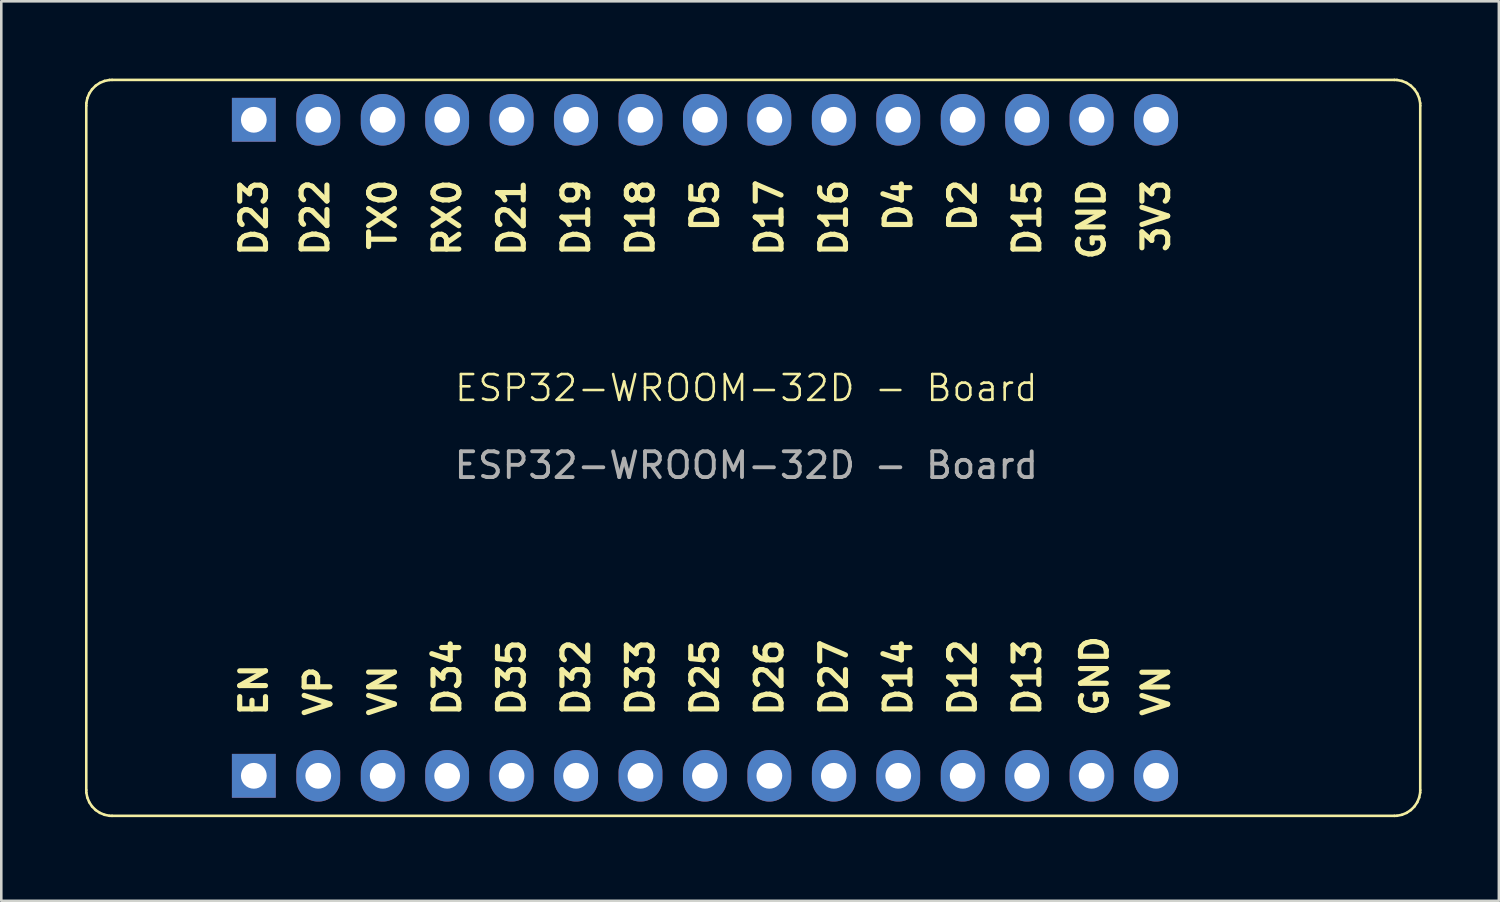
<source format=kicad_pcb>
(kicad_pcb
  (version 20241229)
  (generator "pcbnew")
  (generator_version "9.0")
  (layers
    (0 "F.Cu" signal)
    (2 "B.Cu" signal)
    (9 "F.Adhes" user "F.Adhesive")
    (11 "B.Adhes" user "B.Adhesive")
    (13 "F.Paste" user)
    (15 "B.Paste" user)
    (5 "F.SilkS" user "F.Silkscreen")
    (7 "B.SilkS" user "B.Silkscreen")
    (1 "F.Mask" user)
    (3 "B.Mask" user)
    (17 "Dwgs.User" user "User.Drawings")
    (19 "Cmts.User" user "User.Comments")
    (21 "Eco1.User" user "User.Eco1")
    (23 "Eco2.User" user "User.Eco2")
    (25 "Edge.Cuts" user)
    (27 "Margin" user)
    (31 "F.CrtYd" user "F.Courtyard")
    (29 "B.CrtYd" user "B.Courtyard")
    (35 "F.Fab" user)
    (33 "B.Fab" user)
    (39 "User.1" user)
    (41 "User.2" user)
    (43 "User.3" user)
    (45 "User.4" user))
  (footprint "ESP32-WROOM-32D - Board"
    (layer "F.Cu")
    (at 0.25 28.647)
    (property "Reference" "ESP32-WROOM-32D - Board" (at 25.652 -16.644 0) (unlocked yes) (layer "F.SilkS") (effects (font (size 1 1) (thickness 0.1))))
    (attr through_hole)
    (fp_line (start 0.047 -27.597) (end 0.049 -27.695) (stroke (width 0.1) (type default)) (layer "F.SilkS"))
    (fp_line (start 0.047 -1.047) (end 0.047 -27.597) (stroke (width 0.1) (type default)) (layer "F.SilkS"))
    (fp_line (start 0.049 -27.695) (end 0.088 -27.888) (stroke (width 0.1) (type default)) (layer "F.SilkS"))
    (fp_line (start 0.049 -0.949) (end 0.047 -1.047) (stroke (width 0.1) (type default)) (layer "F.SilkS"))
    (fp_line (start 0.088 -27.888) (end 0.163 -28.07) (stroke (width 0.1) (type default)) (layer "F.SilkS"))
    (fp_line (start 0.088 -0.756) (end 0.049 -0.949) (stroke (width 0.1) (type default)) (layer "F.SilkS"))
    (fp_line (start 0.163 -28.07) (end 0.272 -28.233) (stroke (width 0.1) (type default)) (layer "F.SilkS"))
    (fp_line (start 0.163 -0.574) (end 0.088 -0.756) (stroke (width 0.1) (type default)) (layer "F.SilkS"))
    (fp_line (start 0.272 -28.233) (end 0.411 -28.372) (stroke (width 0.1) (type default)) (layer "F.SilkS"))
    (fp_line (start 0.272 -0.411) (end 0.163 -0.574) (stroke (width 0.1) (type default)) (layer "F.SilkS"))
    (fp_line (start 0.411 -28.372) (end 0.574 -28.481) (stroke (width 0.1) (type default)) (layer "F.SilkS"))
    (fp_line (start 0.411 -0.272) (end 0.272 -0.411) (stroke (width 0.1) (type default)) (layer "F.SilkS"))
    (fp_line (start 0.574 -28.481) (end 0.756 -28.557) (stroke (width 0.1) (type default)) (layer "F.SilkS"))
    (fp_line (start 0.574 -0.163) (end 0.411 -0.272) (stroke (width 0.1) (type default)) (layer "F.SilkS"))
    (fp_line (start 0.756 -28.557) (end 0.949 -28.595) (stroke (width 0.1) (type default)) (layer "F.SilkS"))
    (fp_line (start 0.756 -0.088) (end 0.574 -0.163) (stroke (width 0.1) (type default)) (layer "F.SilkS"))
    (fp_line (start 0.949 -28.595) (end 1.047 -28.597) (stroke (width 0.1) (type default)) (layer "F.SilkS"))
    (fp_line (start 0.949 -0.049) (end 0.756 -0.088) (stroke (width 0.1) (type default)) (layer "F.SilkS"))
    (fp_line (start 1.047 -28.597) (end 50.797 -28.597) (stroke (width 0.1) (type default)) (layer "F.SilkS"))
    (fp_line (start 1.047 -0.047) (end 0.949 -0.049) (stroke (width 0.1) (type default)) (layer "F.SilkS"))
    (fp_line (start 50.797 -28.597) (end 50.895 -28.595) (stroke (width 0.1) (type default)) (layer "F.SilkS"))
    (fp_line (start 50.797 -0.047) (end 1.047 -0.047) (stroke (width 0.1) (type default)) (layer "F.SilkS"))
    (fp_line (start 50.895 -28.595) (end 51.088 -28.556) (stroke (width 0.1) (type default)) (layer "F.SilkS"))
    (fp_line (start 50.895 -0.05) (end 50.797 -0.047) (stroke (width 0.1) (type default)) (layer "F.SilkS"))
    (fp_line (start 51.088 -28.556) (end 51.27 -28.481) (stroke (width 0.1) (type default)) (layer "F.SilkS"))
    (fp_line (start 51.088 -0.088) (end 50.895 -0.05) (stroke (width 0.1) (type default)) (layer "F.SilkS"))
    (fp_line (start 51.27 -28.481) (end 51.433 -28.372) (stroke (width 0.1) (type default)) (layer "F.SilkS"))
    (fp_line (start 51.27 -0.163) (end 51.088 -0.088) (stroke (width 0.1) (type default)) (layer "F.SilkS"))
    (fp_line (start 51.433 -28.372) (end 51.572 -28.233) (stroke (width 0.1) (type default)) (layer "F.SilkS"))
    (fp_line (start 51.433 -0.272) (end 51.27 -0.163) (stroke (width 0.1) (type default)) (layer "F.SilkS"))
    (fp_line (start 51.572 -28.233) (end 51.681 -28.07) (stroke (width 0.1) (type default)) (layer "F.SilkS"))
    (fp_line (start 51.572 -0.411) (end 51.433 -0.272) (stroke (width 0.1) (type default)) (layer "F.SilkS"))
    (fp_line (start 51.681 -28.07) (end 51.756 -27.888) (stroke (width 0.1) (type default)) (layer "F.SilkS"))
    (fp_line (start 51.681 -0.575) (end 51.572 -0.411) (stroke (width 0.1) (type default)) (layer "F.SilkS"))
    (fp_line (start 51.756 -27.888) (end 51.795 -27.695) (stroke (width 0.1) (type default)) (layer "F.SilkS"))
    (fp_line (start 51.756 -0.756) (end 51.681 -0.575) (stroke (width 0.1) (type default)) (layer "F.SilkS"))
    (fp_line (start 51.795 -27.695) (end 51.797 -27.597) (stroke (width 0.1) (type default)) (layer "F.SilkS"))
    (fp_line (start 51.795 -0.949) (end 51.756 -0.756) (stroke (width 0.1) (type default)) (layer "F.SilkS"))
    (fp_line (start 51.797 -27.597) (end 51.797 -1.047) (stroke (width 0.1) (type default)) (layer "F.SilkS"))
    (fp_line (start 51.797 -1.047) (end 51.795 -0.949) (stroke (width 0.1) (type default)) (layer "F.SilkS"))
    (fp_text user "GND" (at 39.047 -24.835 90) (unlocked yes) (layer "F.SilkS") (effects (font (size 1 1) (thickness 0.2) (bold yes)) (justify right)))
    (fp_text user "3V3" (at 41.547 -24.835 90) (unlocked yes) (layer "F.SilkS") (effects (font (size 1 1) (thickness 0.2) (bold yes)) (justify right)))
    (fp_text user "D15" (at 36.547 -24.835 90) (unlocked yes) (layer "F.SilkS") (effects (font (size 1 1) (thickness 0.2) (bold yes)) (justify right)))
    (fp_text user "D25" (at 24.047 -3.826 90) (unlocked yes) (layer "F.SilkS") (effects (font (size 1 1) (thickness 0.2) (bold yes)) (justify left)))
    (fp_text user "EN" (at 6.547 -3.826 90) (unlocked yes) (layer "F.SilkS") (effects (font (size 1 1) (thickness 0.2) (bold yes)) (justify left)))
    (fp_text user "D26" (at 26.547 -3.826 90) (unlocked yes) (layer "F.SilkS") (effects (font (size 1 1) (thickness 0.2) (bold yes)) (justify left)))
    (fp_text user "D14" (at 31.547 -3.826 90) (unlocked yes) (layer "F.SilkS") (effects (font (size 1 1) (thickness 0.2) (bold yes)) (justify left)))
    (fp_text user "D27" (at 29.047 -3.826 90) (unlocked yes) (layer "F.SilkS") (effects (font (size 1 1) (thickness 0.2) (bold yes)) (justify left)))
    (fp_text user "D22" (at 8.93 -24.841 90) (unlocked yes) (layer "F.SilkS") (effects (font (size 1 1) (thickness 0.2) (bold yes)) (justify right)))
    (fp_text user "RX0" (at 14.047 -24.835 90) (unlocked yes) (layer "F.SilkS") (effects (font (size 1 1) (thickness 0.2) (bold yes)) (justify right)))
    (fp_text user "GND" (at 39.164 -3.82 90) (unlocked yes) (layer "F.SilkS") (effects (font (size 1 1) (thickness 0.2) (bold yes)) (justify left)))
    (fp_text user "D33" (at 21.547 -3.826 90) (unlocked yes) (layer "F.SilkS") (effects (font (size 1 1) (thickness 0.2) (bold yes)) (justify left)))
    (fp_text user "D23" (at 6.547 -24.835 90) (unlocked yes) (layer "F.SilkS") (effects (font (size 1 1) (thickness 0.2) (bold yes)) (justify right)))
    (fp_text user "D35" (at 16.547 -3.826 90) (unlocked yes) (layer "F.SilkS") (effects (font (size 1 1) (thickness 0.2) (bold yes)) (justify left)))
    (fp_text user "D16" (at 29.047 -24.835 90) (unlocked yes) (layer "F.SilkS") (effects (font (size 1 1) (thickness 0.2) (bold yes)) (justify right)))
    (fp_text user "TX0" (at 11.547 -24.835 90) (unlocked yes) (layer "F.SilkS") (effects (font (size 1 1) (thickness 0.2) (bold yes)) (justify right)))
    (fp_text user "D34" (at 14.047 -3.826 90) (unlocked yes) (layer "F.SilkS") (effects (font (size 1 1) (thickness 0.2) (bold yes)) (justify left)))
    (fp_text user "VP" (at 9.047 -3.826 90) (unlocked yes) (layer "F.SilkS") (effects (font (size 1 1) (thickness 0.2) (bold yes)) (justify left)))
    (fp_text user "D32" (at 19.047 -3.826 90) (unlocked yes) (layer "F.SilkS") (effects (font (size 1 1) (thickness 0.2) (bold yes)) (justify left)))
    (fp_text user "D13" (at 36.547 -3.826 90) (unlocked yes) (layer "F.SilkS") (effects (font (size 1 1) (thickness 0.2) (bold yes)) (justify left)))
    (fp_text user "D4" (at 31.547 -24.835 90) (unlocked yes) (layer "F.SilkS") (effects (font (size 1 1) (thickness 0.2) (bold yes)) (justify right)))
    (fp_text user "D2" (at 34.047 -24.835 90) (unlocked yes) (layer "F.SilkS") (effects (font (size 1 1) (thickness 0.2) (bold yes)) (justify right)))
    (fp_text user "VN" (at 41.547 -3.82 90) (unlocked yes) (layer "F.SilkS") (effects (font (size 1 1) (thickness 0.2) (bold yes)) (justify left)))
    (fp_text user "D12" (at 34.047 -3.826 90) (unlocked yes) (layer "F.SilkS") (effects (font (size 1 1) (thickness 0.2) (bold yes)) (justify left)))
    (fp_text user "D5" (at 24.047 -24.835 90) (unlocked yes) (layer "F.SilkS") (effects (font (size 1 1) (thickness 0.2) (bold yes)) (justify right)))
    (fp_text user "D19" (at 19.047 -24.835 90) (unlocked yes) (layer "F.SilkS") (effects (font (size 1 1) (thickness 0.2) (bold yes)) (justify right)))
    (fp_text user "D21" (at 16.547 -24.835 90) (unlocked yes) (layer "F.SilkS") (effects (font (size 1 1) (thickness 0.2) (bold yes)) (justify right)))
    (fp_text user "D18" (at 21.547 -24.835 90) (unlocked yes) (layer "F.SilkS") (effects (font (size 1 1) (thickness 0.2) (bold yes)) (justify right)))
    (fp_text user "D17" (at 26.547 -24.835 90) (unlocked yes) (layer "F.SilkS") (effects (font (size 1 1) (thickness 0.2) (bold yes)) (justify right)))
    (fp_text user "VN" (at 11.547 -3.826 90) (unlocked yes) (layer "F.SilkS") (effects (font (size 1 1) (thickness 0.2) (bold yes)) (justify left)))
    (fp_text user "${REFERENCE}" (at 25.652 -13.644 0) (unlocked yes) (layer "F.Fab") (effects (font (size 1 1) (thickness 0.15))))
    (pad "1" thru_hole oval (at 41.547 -27.05) (size 1.7 2) (drill 1) (layers "*.Cu" "*.Mask"))
    (pad "2" thru_hole oval (at 39.047 -27.05) (size 1.7 2) (drill 1) (layers "*.Cu" "*.Mask"))
    (pad "3" thru_hole oval (at 36.547 -27.05) (size 1.7 2) (drill 1) (layers "*.Cu" "*.Mask"))
    (pad "4" thru_hole oval (at 34.047 -27.05) (size 1.7 2) (drill 1) (layers "*.Cu" "*.Mask"))
    (pad "5" thru_hole oval (at 31.547 -27.05) (size 1.7 2) (drill 1) (layers "*.Cu" "*.Mask"))
    (pad "6" thru_hole oval (at 29.047 -27.05) (size 1.7 2) (drill 1) (layers "*.Cu" "*.Mask"))
    (pad "7" thru_hole oval (at 26.547 -27.05) (size 1.7 2) (drill 1) (layers "*.Cu" "*.Mask"))
    (pad "8" thru_hole oval (at 24.047 -27.05) (size 1.7 2) (drill 1) (layers "*.Cu" "*.Mask"))
    (pad "9" thru_hole oval (at 21.547 -27.05) (size 1.7 2) (drill 1) (layers "*.Cu" "*.Mask"))
    (pad "10" thru_hole oval (at 19.047 -27.05) (size 1.7 2) (drill 1) (layers "*.Cu" "*.Mask"))
    (pad "11" thru_hole oval (at 16.547 -27.05) (size 1.7 2) (drill 1) (layers "*.Cu" "*.Mask"))
    (pad "12" thru_hole oval (at 14.047 -27.05) (size 1.7 2) (drill 1) (layers "*.Cu" "*.Mask"))
    (pad "13" thru_hole oval (at 11.547 -27.05) (size 1.7 2) (drill 1) (layers "*.Cu" "*.Mask"))
    (pad "14" thru_hole oval (at 9.047 -27.05) (size 1.7 2) (drill 1) (layers "*.Cu" "*.Mask"))
    (pad "15" thru_hole rect (at 6.547 -27.05) (size 1.7 1.7) (drill 1) (layers "*.Cu" "*.Mask"))
    (pad "16" thru_hole oval (at 41.547 -1.6) (size 1.7 2) (drill 1) (layers "*.Cu" "*.Mask"))
    (pad "17" thru_hole oval (at 39.047 -1.6) (size 1.7 2) (drill 1) (layers "*.Cu" "*.Mask"))
    (pad "18" thru_hole oval (at 36.547 -1.6) (size 1.7 2) (drill 1) (layers "*.Cu" "*.Mask"))
    (pad "19" thru_hole oval (at 34.047 -1.6) (size 1.7 2) (drill 1) (layers "*.Cu" "*.Mask"))
    (pad "20" thru_hole oval (at 31.547 -1.6) (size 1.7 2) (drill 1) (layers "*.Cu" "*.Mask"))
    (pad "21" thru_hole oval (at 29.047 -1.6) (size 1.7 2) (drill 1) (layers "*.Cu" "*.Mask"))
    (pad "22" thru_hole oval (at 26.547 -1.6) (size 1.7 2) (drill 1) (layers "*.Cu" "*.Mask"))
    (pad "23" thru_hole oval (at 24.047 -1.6) (size 1.7 2) (drill 1) (layers "*.Cu" "*.Mask"))
    (pad "24" thru_hole oval (at 21.547 -1.6) (size 1.7 2) (drill 1) (layers "*.Cu" "*.Mask"))
    (pad "25" thru_hole oval (at 19.047 -1.6) (size 1.7 2) (drill 1) (layers "*.Cu" "*.Mask"))
    (pad "26" thru_hole oval (at 16.547 -1.6) (size 1.7 2) (drill 1) (layers "*.Cu" "*.Mask"))
    (pad "27" thru_hole oval (at 14.047 -1.6) (size 1.7 2) (drill 1) (layers "*.Cu" "*.Mask"))
    (pad "28" thru_hole oval (at 11.547 -1.6) (size 1.7 2) (drill 1) (layers "*.Cu" "*.Mask"))
    (pad "29" thru_hole oval (at 9.047 -1.6) (size 1.7 2) (drill 1) (layers "*.Cu" "*.Mask"))
    (pad "30" thru_hole rect (at 6.547 -1.6) (size 1.7 1.7) (drill 1) (layers "*.Cu" "*.Mask"))
    (zone (net_name "") (layer "F.SilkS") (hatch edge 0.5) (connect_pads) (min_thickness 0.25) (filled_areas_thickness no) (keepout (tracks allowed) (vias allowed) (pads not_allowed) (copperpour allowed) (footprints not_allowed)) (placement (enabled no)) (fill) (polygon (pts (arc (start 52.047107 27.6) (mid 51.754214 28.307107) (end 51.047107 28.6)) (arc (start 1.297107 28.6) (mid 0.59 28.307107) (end 0.297107 27.6)) (arc (start 0.297107 1.05) (mid 0.59 0.342893) (end 1.297107 0.05)) (arc (start 51.047107 0.05) (mid 51.754214 0.342893) (end 52.047107 1.05))))))
  (gr_rect
    (start -3 -3)
    (end 55.097 31.897)
    (stroke (width 0.1) (type default))
    (fill no)
    (layer "Edge.Cuts")))
</source>
